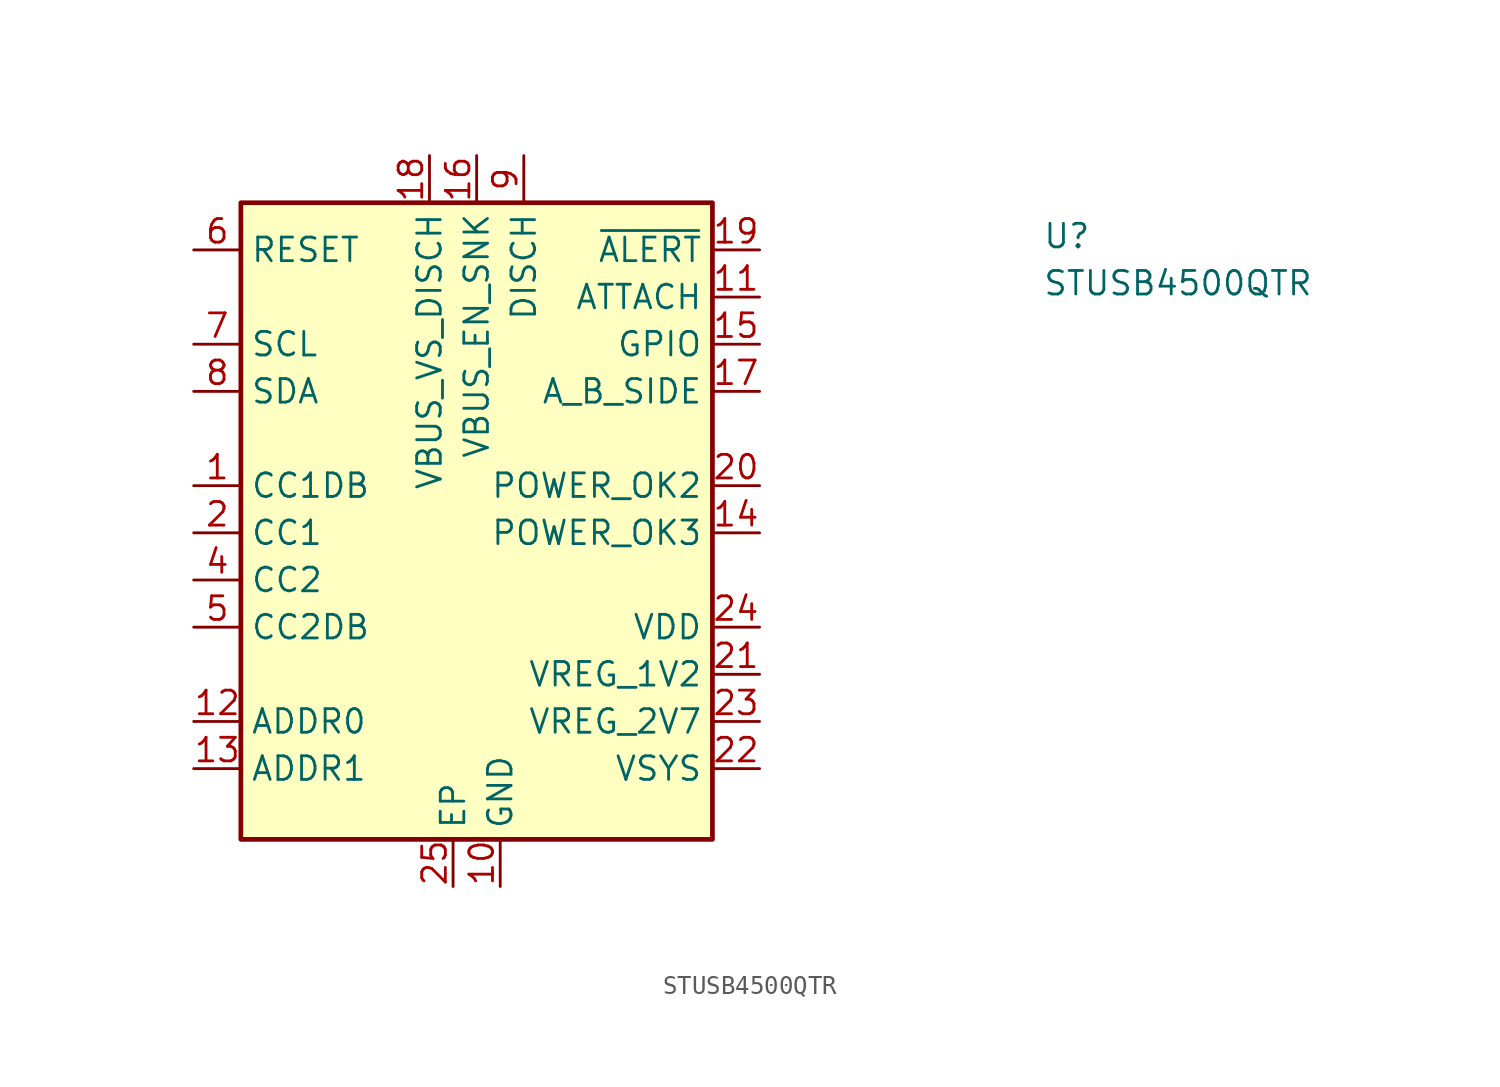
<source format=kicad_sym>
(kicad_symbol_lib
  (version 20211014)
  (generator kicad_symbol_editor)
  (symbol "STUSB4500QTR"
    (property "Reference" "U"
      (at 45.72 12.7 0)
      (effects (font (size 1.27 1.27) (thickness 0.15)) (justify left bottom)))
    (property "Value" "STUSB4500QTR"
      (at 45.72 10.16 0)
      (effects (font (size 1.27 1.27) (thickness 0.15)) (justify left bottom)))
    (symbol "STUSB4500QTR_1_1"
      (rectangle (start 2.54 -19.05) (end 27.94 15.24) (stroke (width 0.254) (type default) (color 0 0 0 0)) (fill (type background)))
      (pin bidirectional line (at 0 0 0) (length 2.54) (name "CC1DB" (effects (font (size 1.27 1.27)))) (number "1" (effects (font (size 1.27 1.27)))))
      (pin power_in line (at 16.51 -21.59 90) (length 2.54) (name "GND" (effects (font (size 1.27 1.27)))) (number "10" (effects (font (size 1.27 1.27)))))
      (pin output line (at 30.48 10.16 180) (length 2.54) (name "ATTACH" (effects (font (size 1.27 1.27)))) (number "11" (effects (font (size 1.27 1.27)))))
      (pin input line (at 0 -12.7 0) (length 2.54) (name "ADDR0" (effects (font (size 1.27 1.27)))) (number "12" (effects (font (size 1.27 1.27)))))
      (pin input line (at 0 -15.24 0) (length 2.54) (name "ADDR1" (effects (font (size 1.27 1.27)))) (number "13" (effects (font (size 1.27 1.27)))))
      (pin output line (at 30.48 -2.54 180) (length 2.54) (name "POWER_OK3" (effects (font (size 1.27 1.27)))) (number "14" (effects (font (size 1.27 1.27)))))
      (pin output line (at 30.48 7.62 180) (length 2.54) (name "GPIO" (effects (font (size 1.27 1.27)))) (number "15" (effects (font (size 1.27 1.27)))))
      (pin output line (at 15.24 17.78 270) (length 2.54) (name "VBUS_EN_SNK" (effects (font (size 1.27 1.27)))) (number "16" (effects (font (size 1.27 1.27)))))
      (pin output line (at 30.48 5.08 180) (length 2.54) (name "A_B_SIDE" (effects (font (size 1.27 1.27)))) (number "17" (effects (font (size 1.27 1.27)))))
      (pin input line (at 12.7 17.78 270) (length 2.54) (name "VBUS_VS_DISCH" (effects (font (size 1.27 1.27)))) (number "18" (effects (font (size 1.27 1.27)))))
      (pin output line (at 30.48 12.7 180) (length 2.54) (name "~{ALERT}" (effects (font (size 1.27 1.27)))) (number "19" (effects (font (size 1.27 1.27)))))
      (pin bidirectional line (at 0 -2.54 0) (length 2.54) (name "CC1" (effects (font (size 1.27 1.27)))) (number "2" (effects (font (size 1.27 1.27)))))
      (pin output line (at 30.48 0 180) (length 2.54) (name "POWER_OK2" (effects (font (size 1.27 1.27)))) (number "20" (effects (font (size 1.27 1.27)))))
      (pin output line (at 30.48 -10.16 180) (length 2.54) (name "VREG_1V2" (effects (font (size 1.27 1.27)))) (number "21" (effects (font (size 1.27 1.27)))))
      (pin power_in line (at 30.48 -15.24 180) (length 2.54) (name "VSYS" (effects (font (size 1.27 1.27)))) (number "22" (effects (font (size 1.27 1.27)))))
      (pin output line (at 30.48 -12.7 180) (length 2.54) (name "VREG_2V7" (effects (font (size 1.27 1.27)))) (number "23" (effects (font (size 1.27 1.27)))))
      (pin power_in line (at 30.48 -7.62 180) (length 2.54) (name "VDD" (effects (font (size 1.27 1.27)))) (number "24" (effects (font (size 1.27 1.27)))))
      (pin power_in line (at 13.97 -21.59 90) (length 2.54) (name "EP" (effects (font (size 1.27 1.27)))) (number "25" (effects (font (size 1.27 1.27)))))
      (pin no_connect line (at 0 10.16 0) (length 2.54) hide (name "NC" (effects (font (size 1.27 1.27)))) (number "3" (effects (font (size 1.27 1.27)))))
      (pin bidirectional line (at 0 -5.08 0) (length 2.54) (name "CC2" (effects (font (size 1.27 1.27)))) (number "4" (effects (font (size 1.27 1.27)))))
      (pin bidirectional line (at 0 -7.62 0) (length 2.54) (name "CC2DB" (effects (font (size 1.27 1.27)))) (number "5" (effects (font (size 1.27 1.27)))))
      (pin input line (at 0 12.7 0) (length 2.54) (name "RESET" (effects (font (size 1.27 1.27)))) (number "6" (effects (font (size 1.27 1.27)))))
      (pin input line (at 0 7.62 0) (length 2.54) (name "SCL" (effects (font (size 1.27 1.27)))) (number "7" (effects (font (size 1.27 1.27)))))
      (pin bidirectional line (at 0 5.08 0) (length 2.54) (name "SDA" (effects (font (size 1.27 1.27)))) (number "8" (effects (font (size 1.27 1.27)))))
      (pin bidirectional line (at 17.78 17.78 270) (length 2.54) (name "DISCH" (effects (font (size 1.27 1.27)))) (number "9" (effects (font (size 1.27 1.27))))))))
</source>
